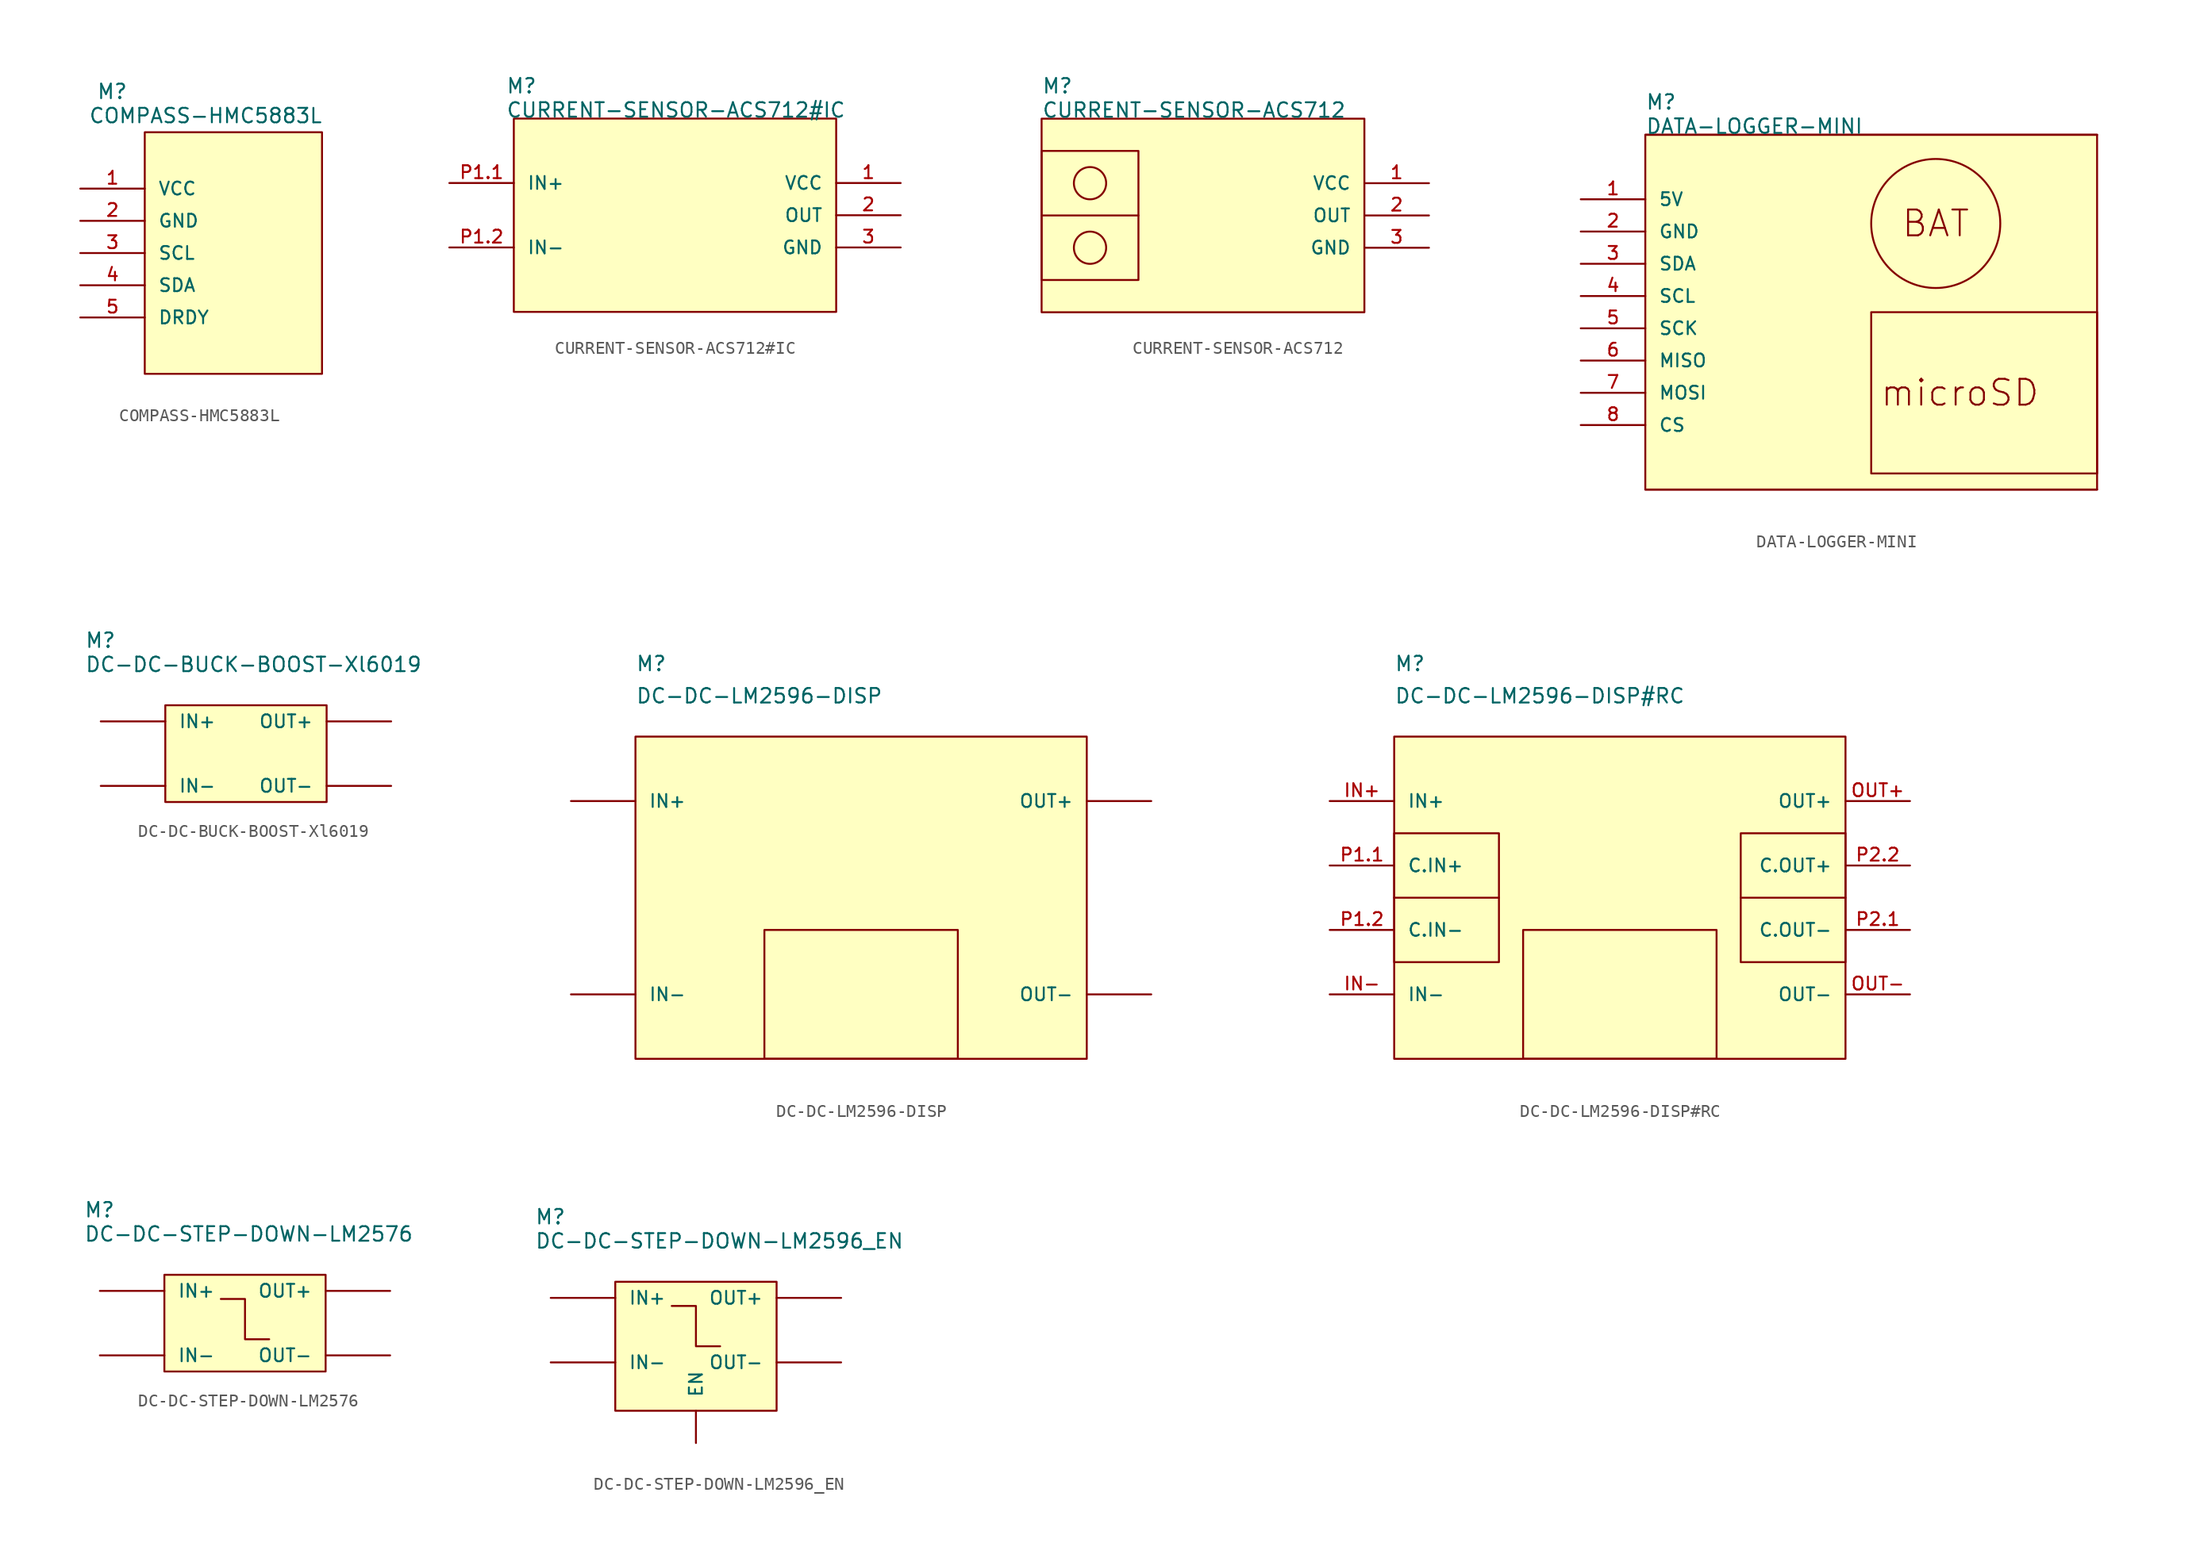
<source format=kicad_sym>
(kicad_symbol_lib
  (version 20231120)
  (generator "kicad_symbol_editor")
  (generator_version "8.0")
  (symbol "COMPASS-HMC5883L"
    (pin_names
      (offset 1.016))
    (property "Reference" "M"
      (at -3.81 12.065 0)
      (effects (font (size 1.143 1.143)) (justify left bottom)))
    (property "Value" "COMPASS-HMC5883L"
      (at -4.445 10.16 0)
      (effects (font (size 1.143 1.143)) (justify left bottom)))
    (property "ki_locked" ""
      (at 0 0 0)
      (effects (font (size 1.27 1.27))))
    (symbol "COMPASS-HMC5883L_1_0"
      (rectangle (start 0 9.525) (end 13.97 -9.525) (stroke (width 0) (type default)) (fill (type background))))
    (symbol "COMPASS-HMC5883L_1_1"
      (pin power_in line (at -5.08 5.08 0) (length 5.08) (name "VCC" (effects (font (size 1.016 1.016)))) (number "1" (effects (font (size 1.016 1.016)))))
      (pin power_in line (at -5.08 2.54 0) (length 5.08) (name "GND" (effects (font (size 1.016 1.016)))) (number "2" (effects (font (size 1.016 1.016)))))
      (pin bidirectional line (at -5.08 0 0) (length 5.08) (name "SCL" (effects (font (size 1.016 1.016)))) (number "3" (effects (font (size 1.016 1.016)))))
      (pin bidirectional line (at -5.08 -2.54 0) (length 5.08) (name "SDA" (effects (font (size 1.016 1.016)))) (number "4" (effects (font (size 1.016 1.016)))))
      (pin bidirectional line (at -5.08 -5.08 0) (length 5.08) (name "DRDY" (effects (font (size 1.016 1.016)))) (number "5" (effects (font (size 1.016 1.016)))))))
  (symbol "CURRENT-SENSOR-ACS712#IC"
    (pin_names
      (offset 1.016))
    (property "Reference" "M"
      (at -13.335 9.525 0)
      (effects (font (size 1.143 1.143)) (justify left bottom)))
    (property "Value" "CURRENT-SENSOR-ACS712#IC"
      (at -13.335 7.62 0)
      (effects (font (size 1.143 1.143)) (justify left bottom)))
    (property "ki_locked" ""
      (at 0 0 0)
      (effects (font (size 1.27 1.27))))
    (symbol "CURRENT-SENSOR-ACS712#IC_1_0"
      (rectangle (start -12.7 7.62) (end 12.7 -7.62) (stroke (width 0) (type default)) (fill (type background))))
    (symbol "CURRENT-SENSOR-ACS712#IC_1_1"
      (pin power_in line (at 17.78 2.54 180) (length 5.08) (name "VCC" (effects (font (size 1.016 1.016)))) (number "1" (effects (font (size 1.016 1.016)))))
      (pin output line (at 17.78 0 180) (length 5.08) (name "OUT" (effects (font (size 1.016 1.016)))) (number "2" (effects (font (size 1.016 1.016)))))
      (pin power_in line (at 17.78 -2.54 180) (length 5.08) (name "GND" (effects (font (size 1.016 1.016)))) (number "3" (effects (font (size 1.016 1.016)))))
      (pin bidirectional line (at -17.78 2.54 0) (length 5.08) (name "IN+" (effects (font (size 1.016 1.016)))) (number "P1.1" (effects (font (size 1.016 1.016)))))
      (pin bidirectional line (at -17.78 -2.54 0) (length 5.08) (name "IN-" (effects (font (size 1.016 1.016)))) (number "P1.2" (effects (font (size 1.016 1.016)))))))
  (symbol "CURRENT-SENSOR-ACS712"
    (pin_names
      (offset 1.016))
    (property "Reference" "M"
      (at -12.7 9.525 0)
      (effects (font (size 1.143 1.143)) (justify left bottom)))
    (property "Value" "CURRENT-SENSOR-ACS712"
      (at -12.7 7.62 0)
      (effects (font (size 1.143 1.143)) (justify left bottom)))
    (property "ki_locked" ""
      (at 0 0 0)
      (effects (font (size 1.27 1.27))))
    (symbol "CURRENT-SENSOR-ACS712_1_0"
      (rectangle (start -5.08 5.08) (end -12.7 -5.08) (stroke (width 0) (type default)) (fill (type none)))
      (polyline (pts (xy -12.7 0) (xy -5.08 0)) (stroke (width 0) (type default)) (fill (type none)))
      (rectangle (start 12.7 7.62) (end -12.7 -7.62) (stroke (width 0) (type default)) (fill (type background))))
    (symbol "CURRENT-SENSOR-ACS712_1_1"
      (circle (center -8.89 -2.54) (radius 1.27) (stroke (width 0) (type default)) (fill (type none)))
      (circle (center -8.89 2.54) (radius 1.27) (stroke (width 0) (type default)) (fill (type none)))
      (pin power_in line (at 17.78 2.54 180) (length 5.08) (name "VCC" (effects (font (size 1.016 1.016)))) (number "1" (effects (font (size 1.016 1.016)))))
      (pin output line (at 17.78 0 180) (length 5.08) (name "OUT" (effects (font (size 1.016 1.016)))) (number "2" (effects (font (size 1.016 1.016)))))
      (pin power_in line (at 17.78 -2.54 180) (length 5.08) (name "GND" (effects (font (size 1.016 1.016)))) (number "3" (effects (font (size 1.016 1.016)))))))
  (symbol "DATA-LOGGER-MINI"
    (pin_names
      (offset 1.016))
    (property "Reference" "M"
      (at -17.78 15.875 0)
      (effects (font (size 1.143 1.143)) (justify left bottom)))
    (property "Value" "DATA-LOGGER-MINI"
      (at -17.78 13.97 0)
      (effects (font (size 1.143 1.143)) (justify left bottom)))
    (property "ki_locked" ""
      (at 0 0 0)
      (effects (font (size 1.27 1.27))))
    (symbol "DATA-LOGGER-MINI_1_0"
      (rectangle (start -17.78 13.97) (end 17.78 -13.97) (stroke (width 0) (type default)) (fill (type background)))
      (polyline (pts (xy -17.78 13.97) (xy 17.78 13.97)) (stroke (width 0) (type default)) (fill (type none)))
      (polyline (pts (xy 17.78 -13.97) (xy -17.78 -13.97)) (stroke (width 0) (type default)) (fill (type none)))
      (rectangle (start 0 0) (end 17.78 -12.7) (stroke (width 0) (type default)) (fill (type none)))
      (text "BAT" (at 5.08 6.985 0) (effects (font (size 2.032 2.032))))
      (text "microSD" (at 6.985 -6.35 0) (effects (font (size 2.032 2.032)))))
    (symbol "DATA-LOGGER-MINI_1_1"
      (circle (center 5.08 6.985) (radius 5.08) (stroke (width 0) (type default)) (fill (type none)))
      (pin power_in line (at -22.86 8.89 0) (length 5.08) (name "5V" (effects (font (size 1.016 1.016)))) (number "1" (effects (font (size 1.016 1.016)))))
      (pin power_in line (at -22.86 6.35 0) (length 5.08) (name "GND" (effects (font (size 1.016 1.016)))) (number "2" (effects (font (size 1.016 1.016)))))
      (pin bidirectional line (at -22.86 3.81 0) (length 5.08) (name "SDA" (effects (font (size 1.016 1.016)))) (number "3" (effects (font (size 1.016 1.016)))))
      (pin bidirectional line (at -22.86 1.27 0) (length 5.08) (name "SCL" (effects (font (size 1.016 1.016)))) (number "4" (effects (font (size 1.016 1.016)))))
      (pin bidirectional line (at -22.86 -1.27 0) (length 5.08) (name "SCK" (effects (font (size 1.016 1.016)))) (number "5" (effects (font (size 1.016 1.016)))))
      (pin bidirectional line (at -22.86 -3.81 0) (length 5.08) (name "MISO" (effects (font (size 1.016 1.016)))) (number "6" (effects (font (size 1.016 1.016)))))
      (pin bidirectional line (at -22.86 -6.35 0) (length 5.08) (name "MOSI" (effects (font (size 1.016 1.016)))) (number "7" (effects (font (size 1.016 1.016)))))
      (pin power_in line (at -22.86 -8.89 0) (length 5.08) (name "CS" (effects (font (size 1.016 1.016)))) (number "8" (effects (font (size 1.016 1.016)))))))
  (symbol "DC-DC-BUCK-BOOST-Xl6019"
    (pin_numbers hide)
    (pin_names
      (offset 1.016))
    (property "Reference" "M"
      (at -12.7 8.255 0)
      (effects (font (size 1.143 1.143)) (justify left bottom)))
    (property "Value" "DC-DC-BUCK-BOOST-Xl6019"
      (at -12.7 6.35 0)
      (effects (font (size 1.143 1.143)) (justify left bottom)))
    (property "ki_locked" ""
      (at 0 0 0)
      (effects (font (size 1.27 1.27))))
    (symbol "DC-DC-BUCK-BOOST-Xl6019_1_1"
      (rectangle (start -6.35 3.81) (end 6.35 -3.81) (stroke (width 0) (type default)) (fill (type background)))
      (pin bidirectional line (at -11.43 2.54 0) (length 5.08) (name "IN+" (effects (font (size 1.016 1.016)))) (number "IN+" (effects (font (size 1.016 1.016)))))
      (pin bidirectional line (at -11.43 -2.54 0) (length 5.08) (name "IN-" (effects (font (size 1.016 1.016)))) (number "IN-" (effects (font (size 1.016 1.016)))))
      (pin bidirectional line (at 11.43 2.54 180) (length 5.08) (name "OUT+" (effects (font (size 1.016 1.016)))) (number "OUT+" (effects (font (size 1.016 1.016)))))
      (pin bidirectional line (at 11.43 -2.54 180) (length 5.08) (name "OUT-" (effects (font (size 1.016 1.016)))) (number "OUT-" (effects (font (size 1.016 1.016)))))))
  (symbol "DC-DC-LM2596-DISP"
    (pin_numbers hide)
    (pin_names
      (offset 1.016))
    (property "Reference" "M"
      (at -17.78 17.78 0)
      (effects (font (size 1.143 1.143)) (justify left bottom)))
    (property "Value" "DC-DC-LM2596-DISP"
      (at -17.78 15.24 0)
      (effects (font (size 1.143 1.143)) (justify left bottom)))
    (property "ADJ voltage" ""
      (at 0 0 0)
      (effects (font (size 1.27 1.27))))
    (symbol "DC-DC-LM2596-DISP_1_1"
      (rectangle (start -17.78 12.7) (end 17.78 -12.7) (stroke (width 0) (type default)) (fill (type background)))
      (rectangle (start -7.62 -2.54) (end 7.62 -12.7) (stroke (width 0) (type default)) (fill (type none)))
      (pin bidirectional line (at -22.86 7.62 0) (length 5.08) (name "IN+" (effects (font (size 1.016 1.016)))) (number "IN+" (effects (font (size 1.016 1.016)))))
      (pin bidirectional line (at -22.86 -7.62 0) (length 5.08) (name "IN-" (effects (font (size 1.016 1.016)))) (number "IN-" (effects (font (size 1.016 1.016)))))
      (pin bidirectional line (at 22.86 7.62 180) (length 5.08) (name "OUT+" (effects (font (size 1.016 1.016)))) (number "OUT+" (effects (font (size 1.016 1.016)))))
      (pin bidirectional line (at 22.86 -7.62 180) (length 5.08) (name "OUT-" (effects (font (size 1.016 1.016)))) (number "OUT-" (effects (font (size 1.016 1.016)))))))
  (symbol "DC-DC-LM2596-DISP#RC"
    (pin_names
      (offset 1.016))
    (property "Reference" "M"
      (at -17.78 17.78 0)
      (effects (font (size 1.143 1.143)) (justify left bottom)))
    (property "Value" "DC-DC-LM2596-DISP#RC"
      (at -17.78 15.24 0)
      (effects (font (size 1.143 1.143)) (justify left bottom)))
    (property "ki_locked" ""
      (at 0 0 0)
      (effects (font (size 1.27 1.27))))
    (symbol "DC-DC-LM2596-DISP#RC_1_0"
      (rectangle (start -17.78 12.7) (end 17.78 -12.7) (stroke (width 0) (type default)) (fill (type background)))
      (rectangle (start -9.525 5.08) (end -17.78 -5.08) (stroke (width 0) (type default)) (fill (type none)))
      (rectangle (start -7.62 -2.54) (end 7.62 -12.7) (stroke (width 0) (type default)) (fill (type none)))
      (polyline (pts (xy -17.78 0) (xy -9.525 0)) (stroke (width 0) (type default)) (fill (type none)))
      (polyline (pts (xy 9.525 0) (xy 17.78 0)) (stroke (width 0) (type default)) (fill (type none)))
      (rectangle (start 9.525 5.08) (end 17.78 -5.08) (stroke (width 0) (type default)) (fill (type none))))
    (symbol "DC-DC-LM2596-DISP#RC_1_1"
      (pin bidirectional line (at -22.86 7.62 0) (length 5.08) (name "IN+" (effects (font (size 1.016 1.016)))) (number "IN+" (effects (font (size 1.016 1.016)))))
      (pin bidirectional line (at -22.86 -7.62 0) (length 5.08) (name "IN-" (effects (font (size 1.016 1.016)))) (number "IN-" (effects (font (size 1.016 1.016)))))
      (pin bidirectional line (at 22.86 7.62 180) (length 5.08) (name "OUT+" (effects (font (size 1.016 1.016)))) (number "OUT+" (effects (font (size 1.016 1.016)))))
      (pin bidirectional line (at 22.86 -7.62 180) (length 5.08) (name "OUT-" (effects (font (size 1.016 1.016)))) (number "OUT-" (effects (font (size 1.016 1.016)))))
      (pin bidirectional line (at -22.86 2.54 0) (length 5.08) (name "C.IN+" (effects (font (size 1.016 1.016)))) (number "P1.1" (effects (font (size 1.016 1.016)))))
      (pin bidirectional line (at -22.86 -2.54 0) (length 5.08) (name "C.IN-" (effects (font (size 1.016 1.016)))) (number "P1.2" (effects (font (size 1.016 1.016)))))
      (pin bidirectional line (at 22.86 -2.54 180) (length 5.08) (name "C.OUT-" (effects (font (size 1.016 1.016)))) (number "P2.1" (effects (font (size 1.016 1.016)))))
      (pin bidirectional line (at 22.86 2.54 180) (length 5.08) (name "C.OUT+" (effects (font (size 1.016 1.016)))) (number "P2.2" (effects (font (size 1.016 1.016)))))))
  (symbol "DC-DC-STEP-DOWN-LM2576"
    (pin_numbers hide)
    (pin_names
      (offset 1.016))
    (property "Reference" "M"
      (at -12.7 8.255 0)
      (effects (font (size 1.143 1.143)) (justify left bottom)))
    (property "Value" "DC-DC-STEP-DOWN-LM2576"
      (at -12.7 6.35 0)
      (effects (font (size 1.143 1.143)) (justify left bottom)))
    (property "ADJ voltage" ""
      (at 0 0 0)
      (effects (font (size 1.27 1.27))))
    (symbol "DC-DC-STEP-DOWN-LM2576_1_1"
      (rectangle (start -6.35 3.81) (end 6.35 -3.81) (stroke (width 0) (type default)) (fill (type background)))
      (polyline (pts (xy -1.905 1.905) (xy 0 1.905) (xy 0 -1.27) (xy 1.905 -1.27)) (stroke (width 0) (type default)) (fill (type none)))
      (pin bidirectional line (at -11.43 2.54 0) (length 5.08) (name "IN+" (effects (font (size 1.016 1.016)))) (number "IN+" (effects (font (size 1.016 1.016)))))
      (pin bidirectional line (at -11.43 -2.54 0) (length 5.08) (name "IN-" (effects (font (size 1.016 1.016)))) (number "IN-" (effects (font (size 1.016 1.016)))))
      (pin bidirectional line (at 11.43 2.54 180) (length 5.08) (name "OUT+" (effects (font (size 1.016 1.016)))) (number "OUT+" (effects (font (size 1.016 1.016)))))
      (pin bidirectional line (at 11.43 -2.54 180) (length 5.08) (name "OUT-" (effects (font (size 1.016 1.016)))) (number "OUT-" (effects (font (size 1.016 1.016)))))))
  (symbol "DC-DC-STEP-DOWN-LM2596_EN"
    (pin_numbers hide)
    (pin_names
      (offset 1.016))
    (property "Reference" "M"
      (at -12.7 8.255 0)
      (effects (font (size 1.143 1.143)) (justify left bottom)))
    (property "Value" "DC-DC-STEP-DOWN-LM2596_EN"
      (at -12.7 6.35 0)
      (effects (font (size 1.143 1.143)) (justify left bottom)))
    (property "ADJ voltage" ""
      (at 0 0 0)
      (effects (font (size 1.27 1.27))))
    (symbol "DC-DC-STEP-DOWN-LM2596_EN_1_1"
      (rectangle (start -6.35 3.81) (end 6.35 -6.35) (stroke (width 0) (type default)) (fill (type background)))
      (polyline (pts (xy -1.905 1.905) (xy 0 1.905) (xy 0 -1.27) (xy 1.905 -1.27)) (stroke (width 0) (type default)) (fill (type none)))
      (pin input line (at 0 -8.89 90) (length 2.54) (name "EN" (effects (font (size 1.016 1.016)))) (number "EN" (effects (font (size 1.016 1.016)))))
      (pin bidirectional line (at -11.43 2.54 0) (length 5.08) (name "IN+" (effects (font (size 1.016 1.016)))) (number "IN+" (effects (font (size 1.016 1.016)))))
      (pin bidirectional line (at -11.43 -2.54 0) (length 5.08) (name "IN-" (effects (font (size 1.016 1.016)))) (number "IN-" (effects (font (size 1.016 1.016)))))
      (pin bidirectional line (at 11.43 2.54 180) (length 5.08) (name "OUT+" (effects (font (size 1.016 1.016)))) (number "OUT+" (effects (font (size 1.016 1.016)))))
      (pin bidirectional line (at 11.43 -2.54 180) (length 5.08) (name "OUT-" (effects (font (size 1.016 1.016)))) (number "OUT-" (effects (font (size 1.016 1.016))))))))
</source>
